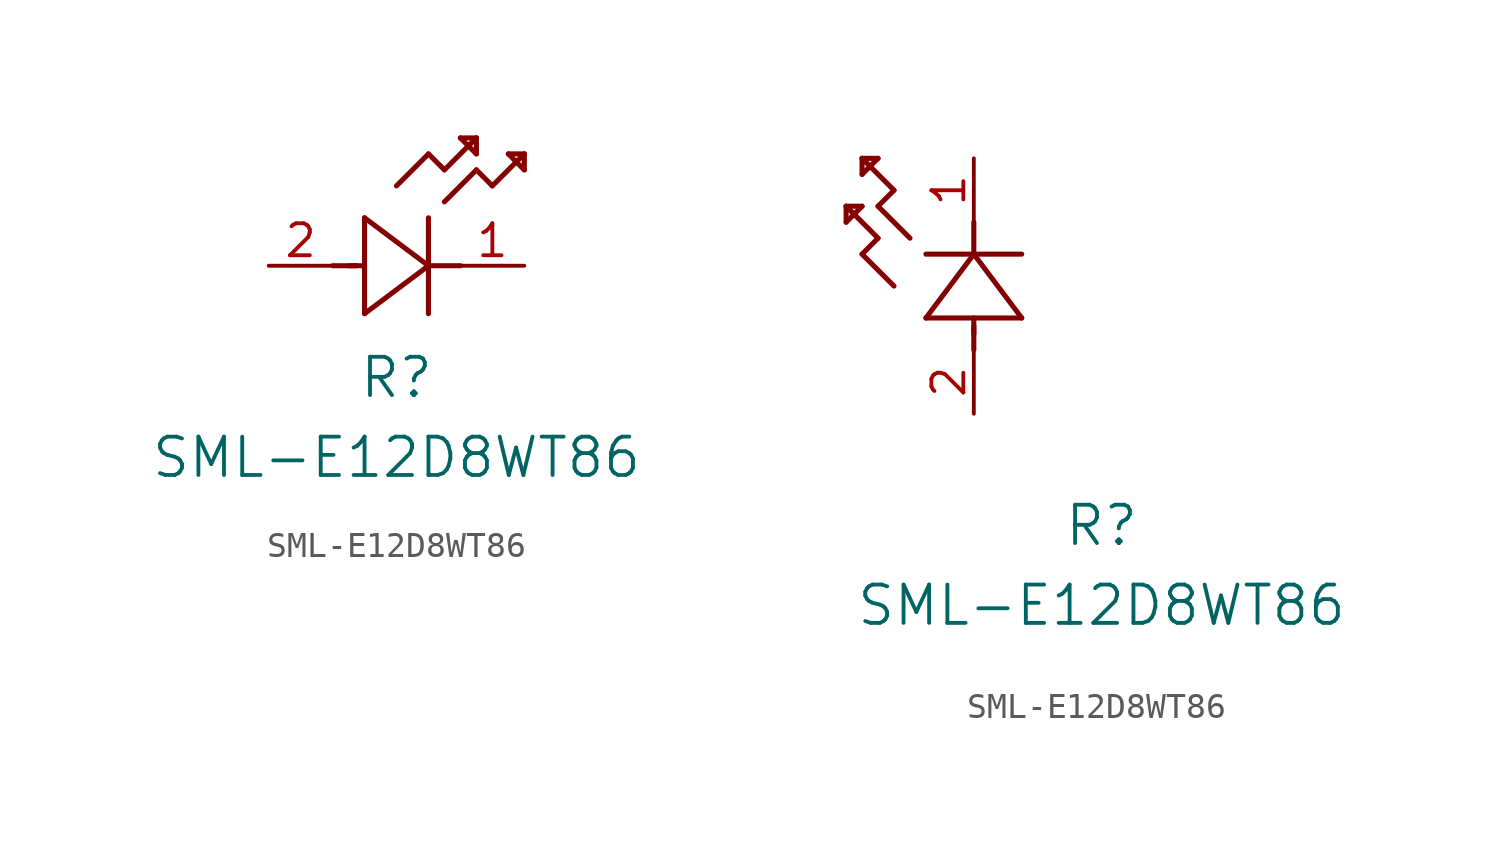
<source format=kicad_sym>
(kicad_symbol_lib
  (version 20211014)
  (generator kicad_symbol_editor)
  (symbol "SML-E12D8WT86"
    (pin_names
      (offset 0.254))
    (property "Reference" "R"
      (at 5.08 -4.445 0)
      (effects (font (size 1.524 1.524))))
    (property "Value" "SML-E12D8WT86"
      (at 5.08 -7.62 0)
      (effects (font (size 1.524 1.524))))
    (symbol "SML-E12D8WT86_1_1"
      (polyline (pts (xy 2.54 0) (xy 3.48 0)) (stroke (width 0.203) (type default) (color 0 0 0 0)) (fill (type none)))
      (polyline (pts (xy 3.81 1.905) (xy 3.81 -1.905)) (stroke (width 0.203) (type default) (color 0 0 0 0)) (fill (type none)))
      (polyline (pts (xy 3.175 0) (xy 3.81 0)) (stroke (width 0.203) (type default) (color 0 0 0 0)) (fill (type none)))
      (polyline (pts (xy 6.35 -1.905) (xy 6.35 1.905)) (stroke (width 0.203) (type default) (color 0 0 0 0)) (fill (type none)))
      (polyline (pts (xy 6.35 0) (xy 7.62 0)) (stroke (width 0.203) (type default) (color 0 0 0 0)) (fill (type none)))
      (polyline (pts (xy 6.35 4.445) (xy 6.985 3.81)) (stroke (width 0.203) (type default) (color 0 0 0 0)) (fill (type none)))
      (polyline (pts (xy 6.985 3.81) (xy 8.255 5.08)) (stroke (width 0.203) (type default) (color 0 0 0 0)) (fill (type none)))
      (polyline (pts (xy 8.255 3.81) (xy 8.89 3.175)) (stroke (width 0.203) (type default) (color 0 0 0 0)) (fill (type none)))
      (polyline (pts (xy 8.89 3.175) (xy 10.16 4.445)) (stroke (width 0.203) (type default) (color 0 0 0 0)) (fill (type none)))
      (polyline (pts (xy 8.255 5.08) (xy 7.62 5.08)) (stroke (width 0.203) (type default) (color 0 0 0 0)) (fill (type none)))
      (polyline (pts (xy 7.62 5.08) (xy 8.255 4.445)) (stroke (width 0.203) (type default) (color 0 0 0 0)) (fill (type none)))
      (polyline (pts (xy 8.255 4.445) (xy 8.255 5.08)) (stroke (width 0.203) (type default) (color 0 0 0 0)) (fill (type none)))
      (polyline (pts (xy 10.16 4.445) (xy 9.525 4.445)) (stroke (width 0.203) (type default) (color 0 0 0 0)) (fill (type none)))
      (polyline (pts (xy 9.525 4.445) (xy 10.16 3.81)) (stroke (width 0.203) (type default) (color 0 0 0 0)) (fill (type none)))
      (polyline (pts (xy 10.16 3.81) (xy 10.16 4.445)) (stroke (width 0.203) (type default) (color 0 0 0 0)) (fill (type none)))
      (polyline (pts (xy 6.985 2.54) (xy 8.255 3.81)) (stroke (width 0.203) (type default) (color 0 0 0 0)) (fill (type none)))
      (polyline (pts (xy 6.35 0) (xy 3.81 1.905)) (stroke (width 0.203) (type default) (color 0 0 0 0)) (fill (type none)))
      (polyline (pts (xy 3.81 -1.905) (xy 6.35 0)) (stroke (width 0.203) (type default) (color 0 0 0 0)) (fill (type none)))
      (polyline (pts (xy 5.08 3.175) (xy 6.35 4.445)) (stroke (width 0.203) (type default) (color 0 0 0 0)) (fill (type none)))
      (pin unspecified line (at 10.16 0 180) (length 2.54) (name "" (effects (font (size 1.27 1.27)))) (number "1" (effects (font (size 1.27 1.27)))))
      (pin unspecified line (at 0 0 0) (length 2.54) (name "" (effects (font (size 1.27 1.27)))) (number "2" (effects (font (size 1.27 1.27))))))
    (symbol "SML-E12D8WT86_1_2"
      (polyline (pts (xy 0 2.54) (xy 0 3.48)) (stroke (width 0.203) (type default) (color 0 0 0 0)) (fill (type none)))
      (polyline (pts (xy -1.905 3.81) (xy 1.905 3.81)) (stroke (width 0.203) (type default) (color 0 0 0 0)) (fill (type none)))
      (polyline (pts (xy 0 3.175) (xy 0 3.81)) (stroke (width 0.203) (type default) (color 0 0 0 0)) (fill (type none)))
      (polyline (pts (xy 1.905 6.35) (xy -1.905 6.35)) (stroke (width 0.203) (type default) (color 0 0 0 0)) (fill (type none)))
      (polyline (pts (xy 0 6.35) (xy 0 7.62)) (stroke (width 0.203) (type default) (color 0 0 0 0)) (fill (type none)))
      (polyline (pts (xy 0 6.35) (xy -1.905 3.81)) (stroke (width 0.203) (type default) (color 0 0 0 0)) (fill (type none)))
      (polyline (pts (xy 1.905 3.81) (xy 0 6.35)) (stroke (width 0.203) (type default) (color 0 0 0 0)) (fill (type none)))
      (polyline (pts (xy -4.445 6.35) (xy -3.81 6.985)) (stroke (width 0.203) (type default) (color 0 0 0 0)) (fill (type none)))
      (polyline (pts (xy -2.54 6.985) (xy -3.81 8.255)) (stroke (width 0.203) (type default) (color 0 0 0 0)) (fill (type none)))
      (polyline (pts (xy -3.175 5.08) (xy -4.445 6.35)) (stroke (width 0.203) (type default) (color 0 0 0 0)) (fill (type none)))
      (polyline (pts (xy -4.445 10.16) (xy -4.445 9.525)) (stroke (width 0.203) (type default) (color 0 0 0 0)) (fill (type none)))
      (polyline (pts (xy -4.445 9.525) (xy -3.81 10.16)) (stroke (width 0.203) (type default) (color 0 0 0 0)) (fill (type none)))
      (polyline (pts (xy -3.81 10.16) (xy -4.445 10.16)) (stroke (width 0.203) (type default) (color 0 0 0 0)) (fill (type none)))
      (polyline (pts (xy -3.81 8.255) (xy -3.175 8.89)) (stroke (width 0.203) (type default) (color 0 0 0 0)) (fill (type none)))
      (polyline (pts (xy -3.175 8.89) (xy -4.445 10.16)) (stroke (width 0.203) (type default) (color 0 0 0 0)) (fill (type none)))
      (polyline (pts (xy -3.81 6.985) (xy -5.08 8.255)) (stroke (width 0.203) (type default) (color 0 0 0 0)) (fill (type none)))
      (polyline (pts (xy -5.08 8.255) (xy -5.08 7.62)) (stroke (width 0.203) (type default) (color 0 0 0 0)) (fill (type none)))
      (polyline (pts (xy -5.08 7.62) (xy -4.445 8.255)) (stroke (width 0.203) (type default) (color 0 0 0 0)) (fill (type none)))
      (polyline (pts (xy -4.445 8.255) (xy -5.08 8.255)) (stroke (width 0.203) (type default) (color 0 0 0 0)) (fill (type none)))
      (pin unspecified line (at 0 10.16 270) (length 2.54) (name "" (effects (font (size 1.27 1.27)))) (number "1" (effects (font (size 1.27 1.27)))))
      (pin unspecified line (at 0 0 90) (length 2.54) (name "" (effects (font (size 1.27 1.27)))) (number "2" (effects (font (size 1.27 1.27))))))))
</source>
